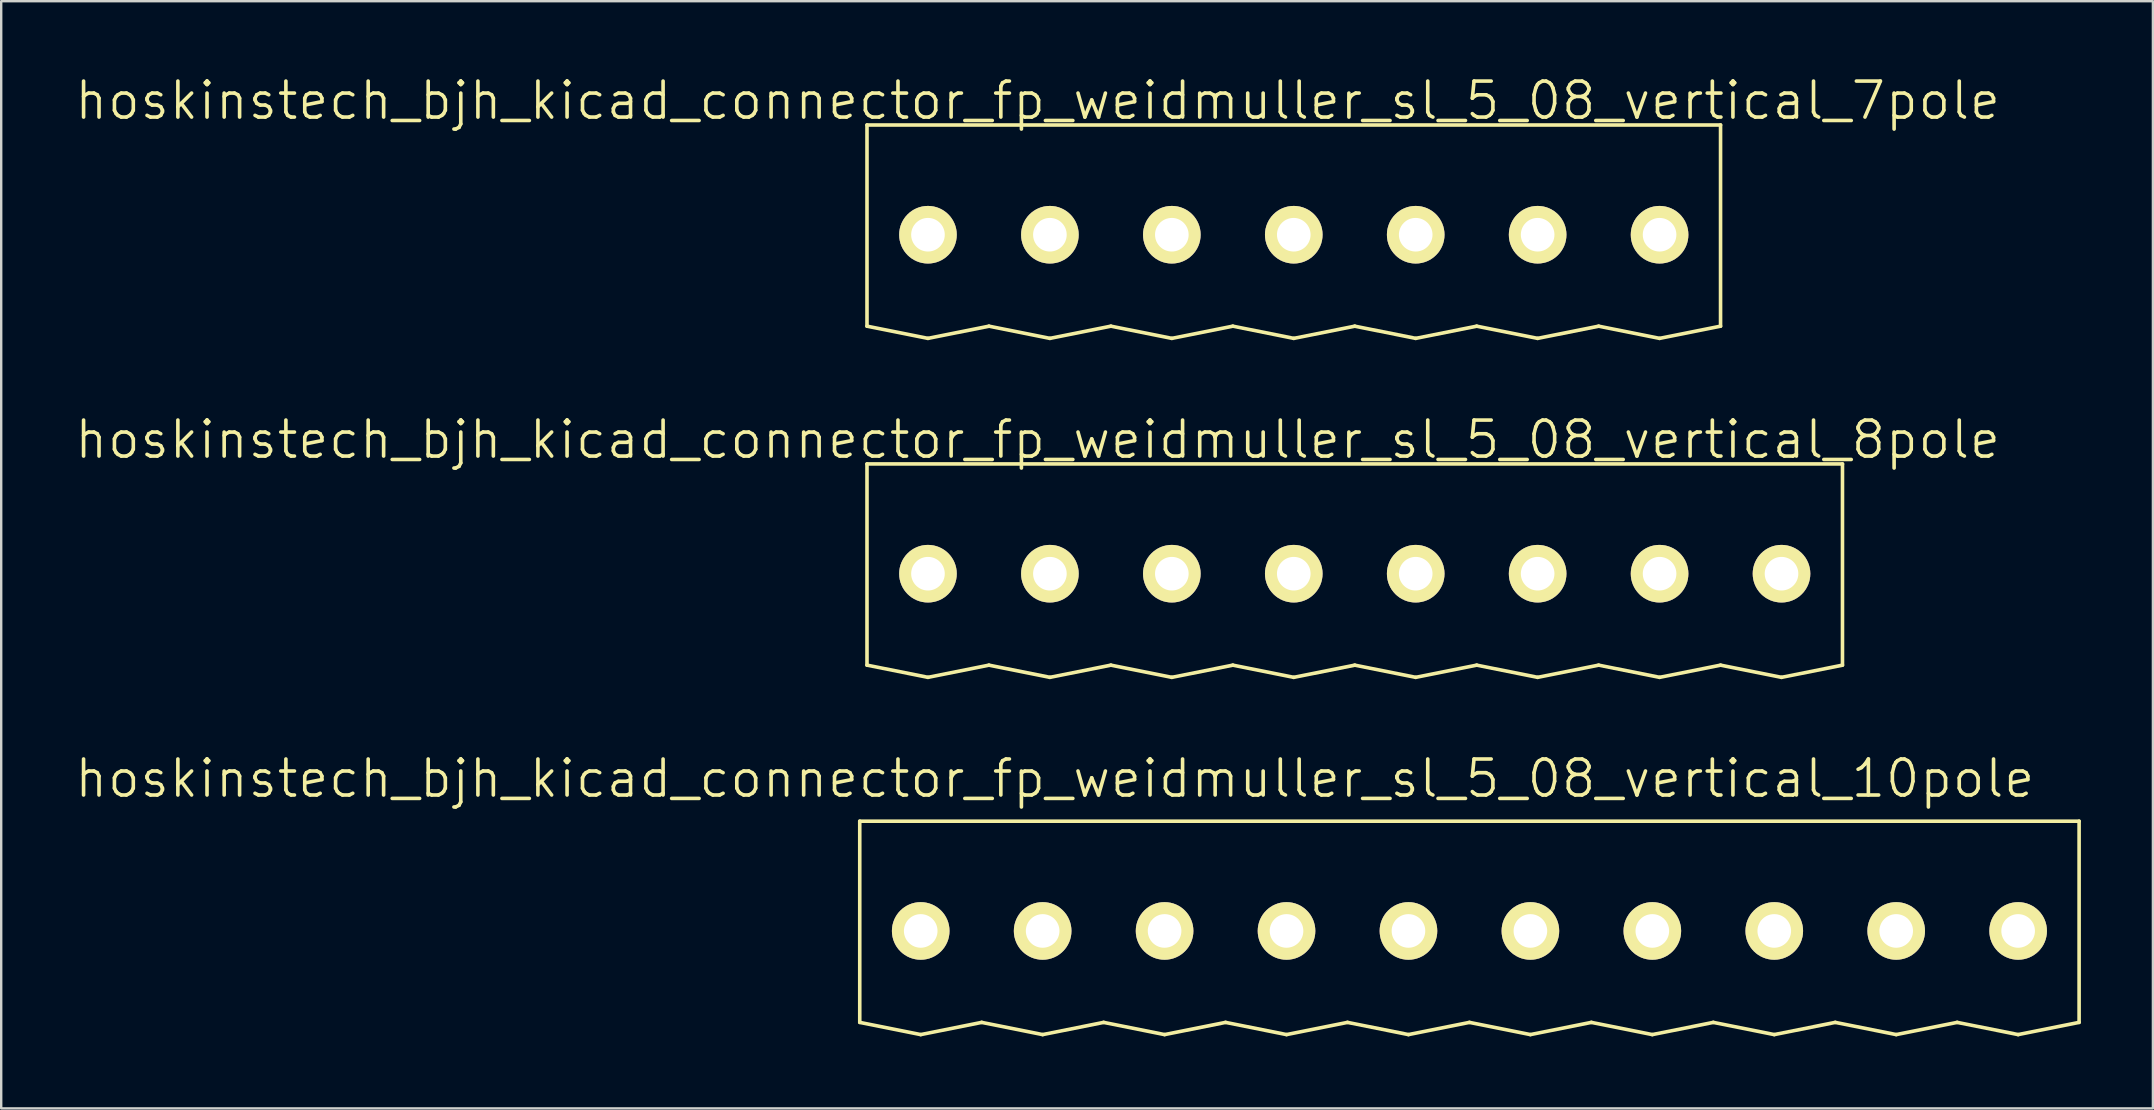
<source format=kicad_pcb>
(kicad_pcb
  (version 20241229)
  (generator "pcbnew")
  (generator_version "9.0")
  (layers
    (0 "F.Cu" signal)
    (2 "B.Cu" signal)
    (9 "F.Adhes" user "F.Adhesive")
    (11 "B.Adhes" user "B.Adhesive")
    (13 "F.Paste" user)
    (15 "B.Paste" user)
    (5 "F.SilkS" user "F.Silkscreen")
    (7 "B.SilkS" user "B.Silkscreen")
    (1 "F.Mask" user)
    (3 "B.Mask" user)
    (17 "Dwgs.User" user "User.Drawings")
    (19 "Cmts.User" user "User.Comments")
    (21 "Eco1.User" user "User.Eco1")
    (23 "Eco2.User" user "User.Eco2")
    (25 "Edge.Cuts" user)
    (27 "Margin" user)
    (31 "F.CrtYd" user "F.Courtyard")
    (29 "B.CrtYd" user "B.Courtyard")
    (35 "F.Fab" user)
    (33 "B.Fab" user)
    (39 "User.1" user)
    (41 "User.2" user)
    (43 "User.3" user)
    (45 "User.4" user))
  (footprint "hoskinstech_bjh_kicad_connector_fp_weidmuller_sl_5_08_vertical_10pole"
    (layer "F.Cu")
    (at 35.308 35.734)
    (property "Reference" "hoskinstech_bjh_kicad_connector_fp_weidmuller_sl_5_08_vertical_10pole" (at 5.588 -6.35 0) (layer "F.SilkS") (effects (font (size 1.5 1.5) (thickness 0.15))))
    (attr through_hole)
    (fp_line (start -2.54 -4.572) (end -2.54 3.81) (stroke (width 0.15) (type solid)) (layer "F.SilkS"))
    (fp_line (start -2.54 -4.572) (end 48.26 -4.572) (stroke (width 0.15) (type solid)) (layer "F.SilkS"))
    (fp_line (start -2.54 3.81) (end 0 4.318) (stroke (width 0.15) (type solid)) (layer "F.SilkS"))
    (fp_line (start 0 4.318) (end 2.54 3.81) (stroke (width 0.15) (type solid)) (layer "F.SilkS"))
    (fp_line (start 2.54 3.81) (end 5.08 4.318) (stroke (width 0.15) (type solid)) (layer "F.SilkS"))
    (fp_line (start 5.08 4.318) (end 7.62 3.81) (stroke (width 0.15) (type solid)) (layer "F.SilkS"))
    (fp_line (start 7.62 3.81) (end 10.16 4.318) (stroke (width 0.15) (type solid)) (layer "F.SilkS"))
    (fp_line (start 10.16 4.318) (end 12.7 3.81) (stroke (width 0.15) (type solid)) (layer "F.SilkS"))
    (fp_line (start 12.7 3.81) (end 15.24 4.318) (stroke (width 0.15) (type solid)) (layer "F.SilkS"))
    (fp_line (start 15.24 4.318) (end 17.78 3.81) (stroke (width 0.15) (type solid)) (layer "F.SilkS"))
    (fp_line (start 17.78 3.81) (end 20.32 4.318) (stroke (width 0.15) (type solid)) (layer "F.SilkS"))
    (fp_line (start 20.32 4.318) (end 22.86 3.81) (stroke (width 0.15) (type solid)) (layer "F.SilkS"))
    (fp_line (start 22.86 3.81) (end 25.4 4.318) (stroke (width 0.15) (type solid)) (layer "F.SilkS"))
    (fp_line (start 25.4 4.318) (end 27.94 3.81) (stroke (width 0.15) (type solid)) (layer "F.SilkS"))
    (fp_line (start 27.94 3.81) (end 30.48 4.318) (stroke (width 0.15) (type solid)) (layer "F.SilkS"))
    (fp_line (start 30.48 4.318) (end 33.02 3.81) (stroke (width 0.15) (type solid)) (layer "F.SilkS"))
    (fp_line (start 33.02 3.81) (end 35.56 4.318) (stroke (width 0.15) (type solid)) (layer "F.SilkS"))
    (fp_line (start 35.56 4.318) (end 38.1 3.81) (stroke (width 0.15) (type solid)) (layer "F.SilkS"))
    (fp_line (start 38.1 3.81) (end 40.64 4.318) (stroke (width 0.15) (type solid)) (layer "F.SilkS"))
    (fp_line (start 40.64 4.318) (end 43.18 3.81) (stroke (width 0.15) (type solid)) (layer "F.SilkS"))
    (fp_line (start 43.18 3.81) (end 45.72 4.318) (stroke (width 0.15) (type solid)) (layer "F.SilkS"))
    (fp_line (start 45.72 4.318) (end 48.26 3.81) (stroke (width 0.15) (type solid)) (layer "F.SilkS"))
    (fp_line (start 48.26 -4.572) (end 48.26 3.81) (stroke (width 0.15) (type solid)) (layer "F.SilkS"))
    (pad "1" thru_hole circle (at 0 0) (size 2.4 2.4) (drill 1.4) (layers "*.Cu" "*.Mask" "F.SilkS"))
    (pad "2" thru_hole circle (at 5.08 0) (size 2.4 2.4) (drill 1.4) (layers "*.Cu" "*.Mask" "F.SilkS"))
    (pad "3" thru_hole circle (at 10.16 0) (size 2.4 2.4) (drill 1.4) (layers "*.Cu" "*.Mask" "F.SilkS"))
    (pad "4" thru_hole circle (at 15.24 0) (size 2.4 2.4) (drill 1.4) (layers "*.Cu" "*.Mask" "F.SilkS"))
    (pad "5" thru_hole circle (at 20.32 0) (size 2.4 2.4) (drill 1.4) (layers "*.Cu" "*.Mask" "F.SilkS"))
    (pad "6" thru_hole circle (at 25.4 0) (size 2.4 2.4) (drill 1.4) (layers "*.Cu" "*.Mask" "F.SilkS"))
    (pad "7" thru_hole circle (at 30.48 0) (size 2.4 2.4) (drill 1.4) (layers "*.Cu" "*.Mask" "F.SilkS"))
    (pad "8" thru_hole circle (at 35.56 0) (size 2.4 2.4) (drill 1.4) (layers "*.Cu" "*.Mask" "F.SilkS"))
    (pad "9" thru_hole circle (at 40.64 0) (size 2.4 2.4) (drill 1.4) (layers "*.Cu" "*.Mask" "F.SilkS"))
    (pad "10" thru_hole circle (at 45.72 0) (size 2.4 2.4) (drill 1.4) (layers "*.Cu" "*.Mask" "F.SilkS")))
  (footprint "hoskinstech_bjh_kicad_connector_fp_weidmuller_sl_5_08_vertical_8pole"
    (layer "F.Cu")
    (at 35.61 20.851)
    (property "Reference" "hoskinstech_bjh_kicad_connector_fp_weidmuller_sl_5_08_vertical_8pole" (at 4.572 -5.588 0) (layer "F.SilkS") (effects (font (size 1.5 1.5) (thickness 0.15))))
    (attr through_hole)
    (fp_line (start -2.54 -4.572) (end -2.54 3.81) (stroke (width 0.15) (type solid)) (layer "F.SilkS"))
    (fp_line (start -2.54 -4.572) (end 38.1 -4.572) (stroke (width 0.15) (type solid)) (layer "F.SilkS"))
    (fp_line (start -2.54 3.81) (end 0 4.318) (stroke (width 0.15) (type solid)) (layer "F.SilkS"))
    (fp_line (start 0 4.318) (end 2.54 3.81) (stroke (width 0.15) (type solid)) (layer "F.SilkS"))
    (fp_line (start 2.54 3.81) (end 5.08 4.318) (stroke (width 0.15) (type solid)) (layer "F.SilkS"))
    (fp_line (start 5.08 4.318) (end 7.62 3.81) (stroke (width 0.15) (type solid)) (layer "F.SilkS"))
    (fp_line (start 7.62 3.81) (end 10.16 4.318) (stroke (width 0.15) (type solid)) (layer "F.SilkS"))
    (fp_line (start 10.16 4.318) (end 12.7 3.81) (stroke (width 0.15) (type solid)) (layer "F.SilkS"))
    (fp_line (start 12.7 3.81) (end 15.24 4.318) (stroke (width 0.15) (type solid)) (layer "F.SilkS"))
    (fp_line (start 15.24 4.318) (end 17.78 3.81) (stroke (width 0.15) (type solid)) (layer "F.SilkS"))
    (fp_line (start 17.78 3.81) (end 20.32 4.318) (stroke (width 0.15) (type solid)) (layer "F.SilkS"))
    (fp_line (start 20.32 4.318) (end 22.86 3.81) (stroke (width 0.15) (type solid)) (layer "F.SilkS"))
    (fp_line (start 22.86 3.81) (end 25.4 4.318) (stroke (width 0.15) (type solid)) (layer "F.SilkS"))
    (fp_line (start 25.4 4.318) (end 27.94 3.81) (stroke (width 0.15) (type solid)) (layer "F.SilkS"))
    (fp_line (start 27.94 3.81) (end 30.48 4.318) (stroke (width 0.15) (type solid)) (layer "F.SilkS"))
    (fp_line (start 30.48 4.318) (end 33.02 3.81) (stroke (width 0.15) (type solid)) (layer "F.SilkS"))
    (fp_line (start 33.02 3.81) (end 35.56 4.318) (stroke (width 0.15) (type solid)) (layer "F.SilkS"))
    (fp_line (start 35.56 4.318) (end 38.1 3.81) (stroke (width 0.15) (type solid)) (layer "F.SilkS"))
    (fp_line (start 38.1 -4.572) (end 38.1 3.81) (stroke (width 0.15) (type solid)) (layer "F.SilkS"))
    (pad "1" thru_hole circle (at 0 0) (size 2.4 2.4) (drill 1.4) (layers "*.Cu" "*.Mask" "F.SilkS"))
    (pad "2" thru_hole circle (at 5.08 0) (size 2.4 2.4) (drill 1.4) (layers "*.Cu" "*.Mask" "F.SilkS"))
    (pad "3" thru_hole circle (at 10.16 0) (size 2.4 2.4) (drill 1.4) (layers "*.Cu" "*.Mask" "F.SilkS"))
    (pad "4" thru_hole circle (at 15.24 0) (size 2.4 2.4) (drill 1.4) (layers "*.Cu" "*.Mask" "F.SilkS"))
    (pad "5" thru_hole circle (at 20.32 0) (size 2.4 2.4) (drill 1.4) (layers "*.Cu" "*.Mask" "F.SilkS"))
    (pad "6" thru_hole circle (at 25.4 0) (size 2.4 2.4) (drill 1.4) (layers "*.Cu" "*.Mask" "F.SilkS"))
    (pad "7" thru_hole circle (at 30.48 0) (size 2.4 2.4) (drill 1.4) (layers "*.Cu" "*.Mask" "F.SilkS"))
    (pad "8" thru_hole circle (at 35.56 0) (size 2.4 2.4) (drill 1.4) (layers "*.Cu" "*.Mask" "F.SilkS")))
  (footprint "hoskinstech_bjh_kicad_connector_fp_weidmuller_sl_5_08_vertical_7pole"
    (layer "F.Cu")
    (at 35.61 6.729)
    (property "Reference" "hoskinstech_bjh_kicad_connector_fp_weidmuller_sl_5_08_vertical_7pole" (at 4.572 -5.588 0) (layer "F.SilkS") (effects (font (size 1.5 1.5) (thickness 0.15))))
    (attr through_hole)
    (fp_line (start -2.54 -4.572) (end -2.54 3.81) (stroke (width 0.15) (type solid)) (layer "F.SilkS"))
    (fp_line (start -2.54 -4.572) (end 33.02 -4.572) (stroke (width 0.15) (type solid)) (layer "F.SilkS"))
    (fp_line (start -2.54 3.81) (end 0 4.318) (stroke (width 0.15) (type solid)) (layer "F.SilkS"))
    (fp_line (start 0 4.318) (end 2.54 3.81) (stroke (width 0.15) (type solid)) (layer "F.SilkS"))
    (fp_line (start 2.54 3.81) (end 5.08 4.318) (stroke (width 0.15) (type solid)) (layer "F.SilkS"))
    (fp_line (start 5.08 4.318) (end 7.62 3.81) (stroke (width 0.15) (type solid)) (layer "F.SilkS"))
    (fp_line (start 7.62 3.81) (end 10.16 4.318) (stroke (width 0.15) (type solid)) (layer "F.SilkS"))
    (fp_line (start 10.16 4.318) (end 12.7 3.81) (stroke (width 0.15) (type solid)) (layer "F.SilkS"))
    (fp_line (start 12.7 3.81) (end 15.24 4.318) (stroke (width 0.15) (type solid)) (layer "F.SilkS"))
    (fp_line (start 15.24 4.318) (end 17.78 3.81) (stroke (width 0.15) (type solid)) (layer "F.SilkS"))
    (fp_line (start 17.78 3.81) (end 20.32 4.318) (stroke (width 0.15) (type solid)) (layer "F.SilkS"))
    (fp_line (start 20.32 4.318) (end 22.86 3.81) (stroke (width 0.15) (type solid)) (layer "F.SilkS"))
    (fp_line (start 22.86 3.81) (end 25.4 4.318) (stroke (width 0.15) (type solid)) (layer "F.SilkS"))
    (fp_line (start 25.4 4.318) (end 27.94 3.81) (stroke (width 0.15) (type solid)) (layer "F.SilkS"))
    (fp_line (start 27.94 3.81) (end 30.48 4.318) (stroke (width 0.15) (type solid)) (layer "F.SilkS"))
    (fp_line (start 30.48 4.318) (end 33.02 3.81) (stroke (width 0.15) (type solid)) (layer "F.SilkS"))
    (fp_line (start 33.02 -4.572) (end 33.02 3.81) (stroke (width 0.15) (type solid)) (layer "F.SilkS"))
    (pad "1" thru_hole circle (at 0 0) (size 2.4 2.4) (drill 1.4) (layers "*.Cu" "*.Mask" "F.SilkS"))
    (pad "2" thru_hole circle (at 5.08 0) (size 2.4 2.4) (drill 1.4) (layers "*.Cu" "*.Mask" "F.SilkS"))
    (pad "3" thru_hole circle (at 10.16 0) (size 2.4 2.4) (drill 1.4) (layers "*.Cu" "*.Mask" "F.SilkS"))
    (pad "4" thru_hole circle (at 15.24 0) (size 2.4 2.4) (drill 1.4) (layers "*.Cu" "*.Mask" "F.SilkS"))
    (pad "5" thru_hole circle (at 20.32 0) (size 2.4 2.4) (drill 1.4) (layers "*.Cu" "*.Mask" "F.SilkS"))
    (pad "6" thru_hole circle (at 25.4 0) (size 2.4 2.4) (drill 1.4) (layers "*.Cu" "*.Mask" "F.SilkS"))
    (pad "7" thru_hole circle (at 30.48 0) (size 2.4 2.4) (drill 1.4) (layers "*.Cu" "*.Mask" "F.SilkS")))
  (gr_rect
    (start -3 -3)
    (end 86.643 43.127)
    (stroke (width 0.1) (type default))
    (fill no)
    (layer "Edge.Cuts")))
</source>
